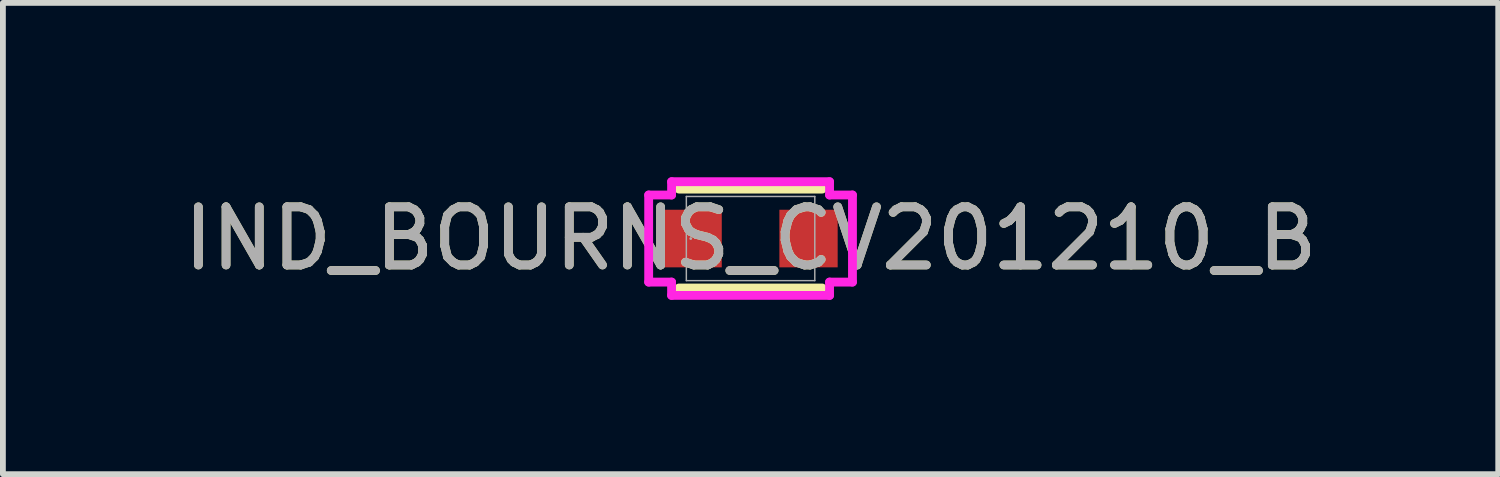
<source format=kicad_pcb>
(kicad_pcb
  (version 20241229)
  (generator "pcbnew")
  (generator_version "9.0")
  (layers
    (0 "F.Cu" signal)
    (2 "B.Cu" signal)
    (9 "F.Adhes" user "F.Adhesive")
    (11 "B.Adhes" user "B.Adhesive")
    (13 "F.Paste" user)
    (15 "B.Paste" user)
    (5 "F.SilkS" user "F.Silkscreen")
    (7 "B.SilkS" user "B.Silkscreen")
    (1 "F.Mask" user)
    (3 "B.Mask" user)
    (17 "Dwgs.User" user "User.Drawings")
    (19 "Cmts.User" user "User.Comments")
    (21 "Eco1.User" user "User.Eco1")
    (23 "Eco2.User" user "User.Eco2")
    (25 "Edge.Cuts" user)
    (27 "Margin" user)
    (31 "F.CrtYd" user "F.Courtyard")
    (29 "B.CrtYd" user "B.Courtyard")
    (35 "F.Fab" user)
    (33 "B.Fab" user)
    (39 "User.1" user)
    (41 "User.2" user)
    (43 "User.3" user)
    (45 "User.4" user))
  (footprint "IND_BOURNS_CV201210_B"
    (layer "F.Cu")
    (at 9.863 1.054)
    (property "Reference" "IND_BOURNS_CV201210_B" (at 0 0 0) (unlocked yes) (layer "F.SilkS") (effects (font (size 1 1) (thickness 0.15))))
    (attr smd)
    (fp_line (start -1.232 0.851) (end 1.232 0.851) (stroke (width 0.152) (type solid)) (layer "F.SilkS"))
    (fp_line (start 1.232 -0.851) (end -1.232 -0.851) (stroke (width 0.152) (type solid)) (layer "F.SilkS"))
    (fp_line (start -1.753 -0.749) (end -1.359 -0.749) (stroke (width 0.152) (type solid)) (layer "F.CrtYd"))
    (fp_line (start -1.753 0.749) (end -1.753 -0.749) (stroke (width 0.152) (type solid)) (layer "F.CrtYd"))
    (fp_line (start -1.359 -0.978) (end 1.359 -0.978) (stroke (width 0.152) (type solid)) (layer "F.CrtYd"))
    (fp_line (start -1.359 -0.749) (end -1.359 -0.978) (stroke (width 0.152) (type solid)) (layer "F.CrtYd"))
    (fp_line (start -1.359 0.749) (end -1.753 0.749) (stroke (width 0.152) (type solid)) (layer "F.CrtYd"))
    (fp_line (start -1.359 0.978) (end -1.359 0.749) (stroke (width 0.152) (type solid)) (layer "F.CrtYd"))
    (fp_line (start 1.359 -0.978) (end 1.359 -0.749) (stroke (width 0.152) (type solid)) (layer "F.CrtYd"))
    (fp_line (start 1.359 -0.749) (end 1.753 -0.749) (stroke (width 0.152) (type solid)) (layer "F.CrtYd"))
    (fp_line (start 1.359 0.749) (end 1.359 0.978) (stroke (width 0.152) (type solid)) (layer "F.CrtYd"))
    (fp_line (start 1.359 0.978) (end -1.359 0.978) (stroke (width 0.152) (type solid)) (layer "F.CrtYd"))
    (fp_line (start 1.753 -0.749) (end 1.753 0.749) (stroke (width 0.152) (type solid)) (layer "F.CrtYd"))
    (fp_line (start 1.753 0.749) (end 1.359 0.749) (stroke (width 0.152) (type solid)) (layer "F.CrtYd"))
    (fp_line (start -1.105 -0.724) (end -1.105 0.724) (stroke (width 0.025) (type solid)) (layer "F.Fab"))
    (fp_line (start -1.105 0.724) (end 1.105 0.724) (stroke (width 0.025) (type solid)) (layer "F.Fab"))
    (fp_line (start 1.105 -0.724) (end -1.105 -0.724) (stroke (width 0.025) (type solid)) (layer "F.Fab"))
    (fp_line (start 1.105 0.724) (end 1.105 -0.724) (stroke (width 0.025) (type solid)) (layer "F.Fab"))
    (fp_circle (center -1.029 0) (end -1.029 0) (stroke (width 0.025) (type solid)) (fill no) (layer "F.Fab"))
    (fp_text user "${REFERENCE}" (at 0 0 0) (unlocked yes) (layer "F.Fab") (effects (font (size 1 1) (thickness 0.15))))
    (pad "1" smd rect (at -0.997 0) (size 1.003 0.991) (layers "F.Cu" "F.Mask" "F.Paste"))
    (pad "2" smd rect (at 0.997 0) (size 1.003 0.991) (layers "F.Cu" "F.Mask" "F.Paste"))
    (zone (net_name "") (layer "F.Cu") (hatch full 0.508) (connect_pads) (min_thickness 0.254) (filled_areas_thickness no) (keepout (tracks not_allowed) (vias not_allowed) (pads allowed) (copperpour not_allowed) (footprints allowed)) (placement (enabled no)) (fill) (polygon (pts (xy 9.419 0.381) (xy 10.308 0.381) (xy 10.308 1.727) (xy 9.419 1.727)))))
  (gr_rect
    (start -3 -3)
    (end 22.726 5.108)
    (stroke (width 0.1) (type default))
    (fill no)
    (layer "Edge.Cuts")))
</source>
